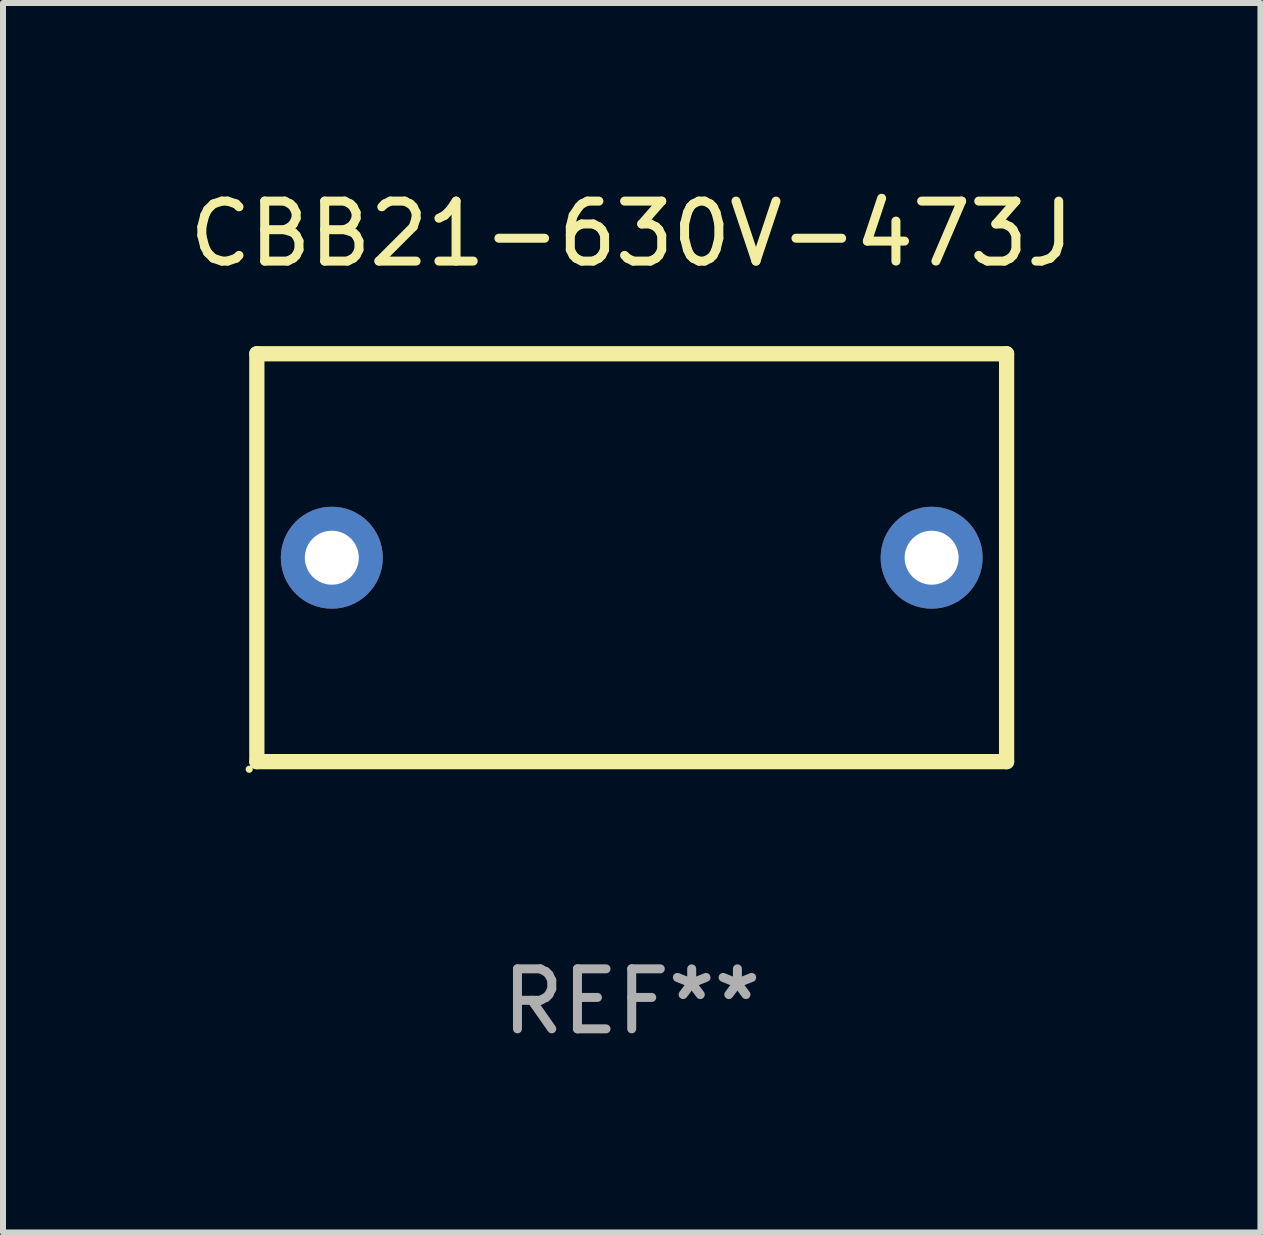
<source format=kicad_pcb>
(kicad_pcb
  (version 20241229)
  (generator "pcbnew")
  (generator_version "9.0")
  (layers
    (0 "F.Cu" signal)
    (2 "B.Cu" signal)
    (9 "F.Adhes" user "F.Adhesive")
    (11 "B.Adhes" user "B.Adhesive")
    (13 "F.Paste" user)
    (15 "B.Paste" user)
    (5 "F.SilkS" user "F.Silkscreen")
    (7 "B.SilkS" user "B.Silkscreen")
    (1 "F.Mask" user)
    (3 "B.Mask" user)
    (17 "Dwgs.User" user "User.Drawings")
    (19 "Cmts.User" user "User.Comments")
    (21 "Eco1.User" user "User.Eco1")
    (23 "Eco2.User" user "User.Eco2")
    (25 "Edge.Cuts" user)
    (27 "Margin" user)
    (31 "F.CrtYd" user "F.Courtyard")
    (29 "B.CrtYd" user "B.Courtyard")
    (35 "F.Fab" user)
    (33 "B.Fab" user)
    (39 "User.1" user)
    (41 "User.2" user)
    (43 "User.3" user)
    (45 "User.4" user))
  (footprint "CBB21-630V-473J"
    (layer "F.Cu")
    (at 7.482 6.248)
    (property "Reference" "CBB21-630V-473J" (at 0 -5.4 0) (layer "F.SilkS") (effects (font (size 1 1) (thickness 0.15))))
    (attr through_hole)
    (fp_line (start -6.25 -3.4) (end 6.249 -3.4) (stroke (width 0.254) (type solid)) (layer "F.SilkS"))
    (fp_line (start -6.25 -3.4) (end -6.25 3.4) (stroke (width 0.254) (type solid)) (layer "F.SilkS"))
    (fp_line (start -6.249 3.4) (end 6.25 3.4) (stroke (width 0.254) (type solid)) (layer "F.SilkS"))
    (fp_line (start 6.25 -3.4) (end 6.25 3.4) (stroke (width 0.254) (type solid)) (layer "F.SilkS"))
    (fp_circle (center -6.377 3.527) (end -6.347 3.527) (stroke (width 0.06) (type solid)) (fill no) (layer "F.SilkS"))
    (fp_text user "REF**" (at 0 7.4 0) (layer "F.Fab") (effects (font (size 1 1) (thickness 0.15))))
    (pad "1" thru_hole circle (at -5 -0.000013) (size 1.7 1.7) (drill 0.9) (layers "*.Cu" "*.Mask"))
    (pad "2" thru_hole circle (at 5 -0.000013) (size 1.7 1.7) (drill 0.9) (layers "*.Cu" "*.Mask")))
  (gr_rect
    (start -3 -3)
    (end 17.964 17.497)
    (stroke (width 0.1) (type default))
    (fill no)
    (layer "Edge.Cuts")))
</source>
